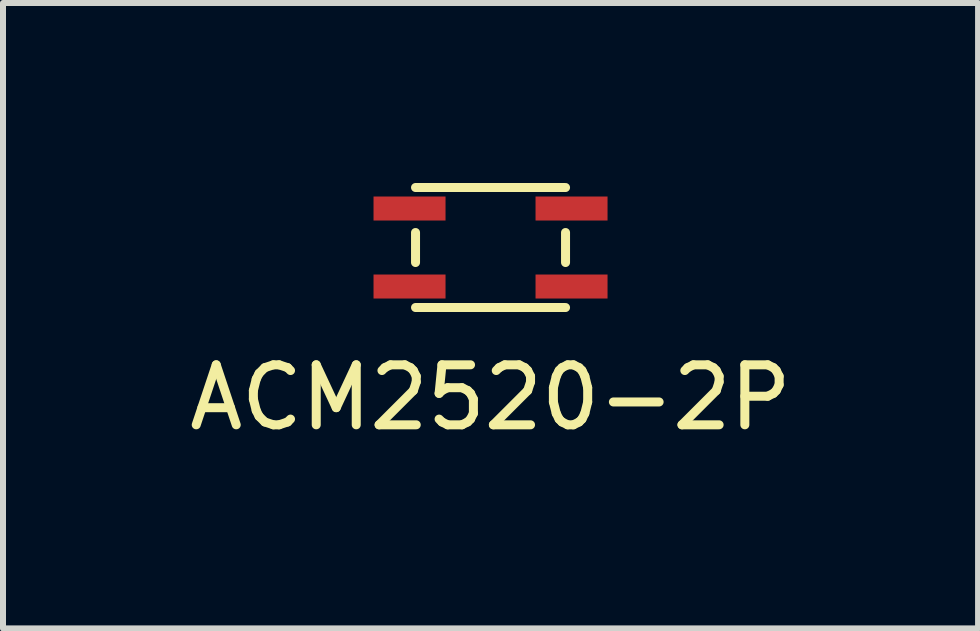
<source format=kicad_pcb>
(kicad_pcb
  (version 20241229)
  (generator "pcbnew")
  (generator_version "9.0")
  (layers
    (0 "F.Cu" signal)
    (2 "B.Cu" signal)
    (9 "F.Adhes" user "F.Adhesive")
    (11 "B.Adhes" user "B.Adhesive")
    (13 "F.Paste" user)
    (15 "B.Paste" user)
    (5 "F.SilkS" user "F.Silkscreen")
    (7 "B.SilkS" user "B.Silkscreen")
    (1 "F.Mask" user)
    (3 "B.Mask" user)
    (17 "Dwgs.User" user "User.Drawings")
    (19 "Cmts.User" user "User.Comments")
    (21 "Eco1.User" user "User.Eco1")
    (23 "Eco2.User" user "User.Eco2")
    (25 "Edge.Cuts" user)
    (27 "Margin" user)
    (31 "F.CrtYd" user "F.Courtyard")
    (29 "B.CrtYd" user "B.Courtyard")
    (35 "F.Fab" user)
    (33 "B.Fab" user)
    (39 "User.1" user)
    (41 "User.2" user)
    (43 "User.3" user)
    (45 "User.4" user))
  (footprint "ACM2520-2P"
    (layer "F.Cu")
    (at 5.125 1.075)
    (property "Reference" "ACM2520-2P" (at 0 2.5 0) (layer "F.SilkS") (effects (font (size 1 1) (thickness 0.15))))
    (attr through_hole)
    (fp_line (start -1.25 -1) (end 1.25 -1) (stroke (width 0.15) (type solid)) (layer "F.SilkS"))
    (fp_line (start -1.25 0.25) (end -1.25 -0.25) (stroke (width 0.15) (type solid)) (layer "F.SilkS"))
    (fp_line (start 1.25 -0.25) (end 1.25 0.25) (stroke (width 0.15) (type solid)) (layer "F.SilkS"))
    (fp_line (start 1.25 1) (end -1.25 1) (stroke (width 0.15) (type solid)) (layer "F.SilkS"))
    (pad "1" smd rect (at -1.35 -0.65) (size 1.2 0.4) (layers "F.Cu" "F.Mask" "F.Paste"))
    (pad "2" smd rect (at -1.35 0.65) (size 1.2 0.4) (layers "F.Cu" "F.Mask" "F.Paste"))
    (pad "3" smd rect (at 1.35 0.65) (size 1.2 0.4) (layers "F.Cu" "F.Mask" "F.Paste"))
    (pad "4" smd rect (at 1.35 -0.65) (size 1.2 0.4) (layers "F.Cu" "F.Mask" "F.Paste")))
  (gr_rect
    (start -3 -3)
    (end 13.25 7.423)
    (stroke (width 0.1) (type default))
    (fill no)
    (layer "Edge.Cuts")))
</source>
